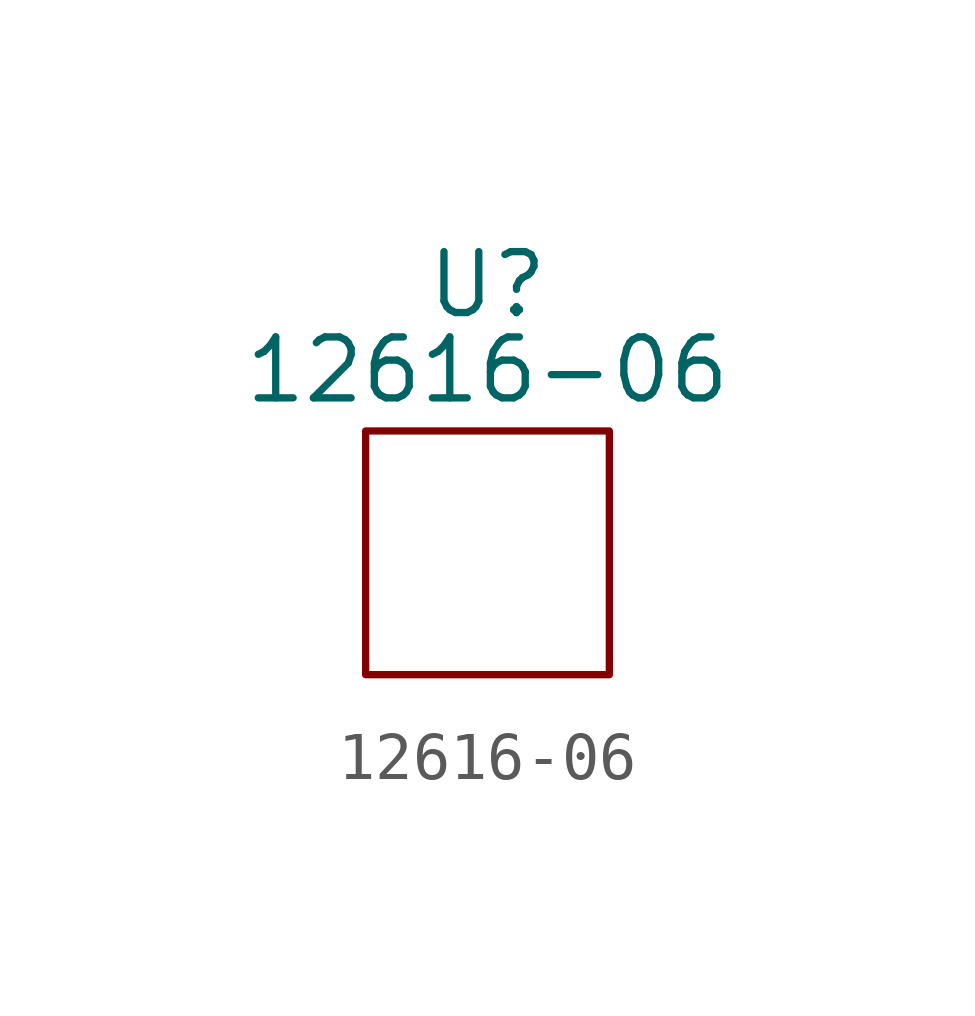
<source format=kicad_sym>
(kicad_symbol_lib
  (version 20231120)
  (generator "kicad_symbol_editor")
  (generator_version "8.0")
  (symbol "12616-06"
    (property "Reference" "U"
      (at 0 1.778 0)
      (effects (font (size 1.27 1.27))))
    (property "Value" "12616-06"
      (at 0 0 0)
      (effects (font (size 1.27 1.27))))
    (symbol "12616-06_0_1"
      (rectangle (start -2.54 -1.27) (end 2.54 -6.35) (stroke (width 0) (type default)) (fill (type none))))))
</source>
